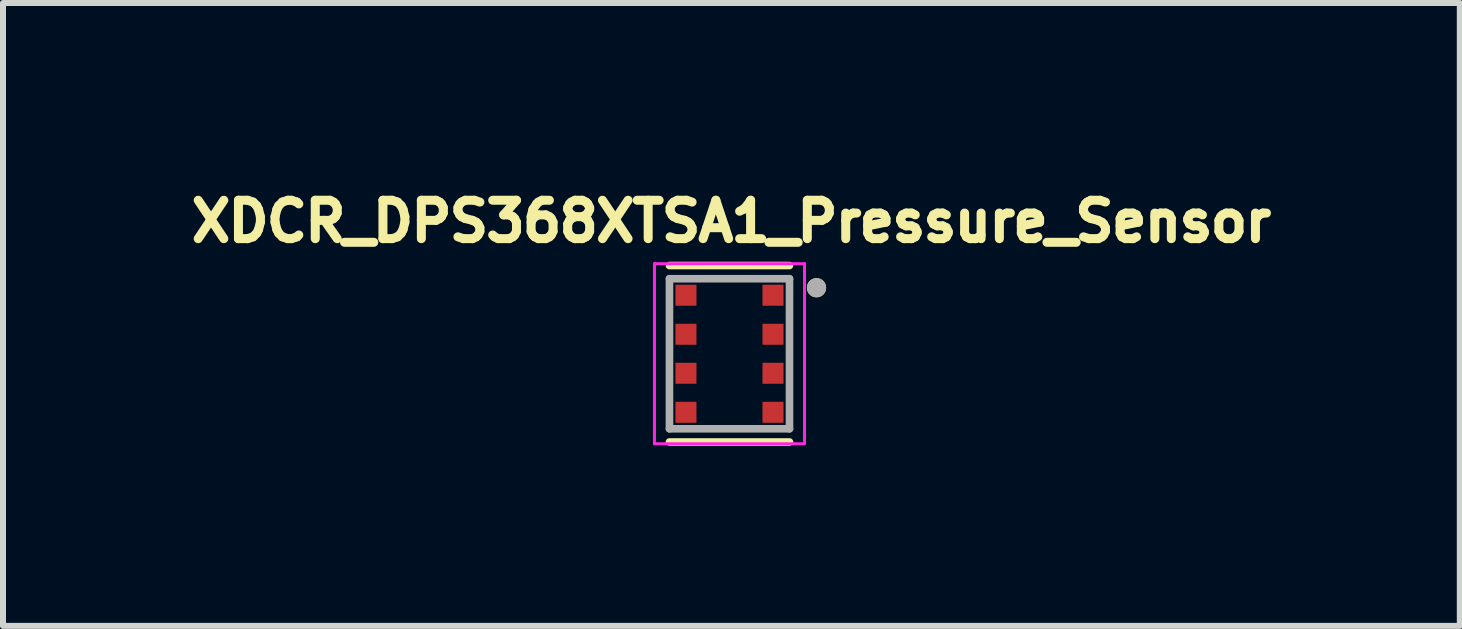
<source format=kicad_pcb>
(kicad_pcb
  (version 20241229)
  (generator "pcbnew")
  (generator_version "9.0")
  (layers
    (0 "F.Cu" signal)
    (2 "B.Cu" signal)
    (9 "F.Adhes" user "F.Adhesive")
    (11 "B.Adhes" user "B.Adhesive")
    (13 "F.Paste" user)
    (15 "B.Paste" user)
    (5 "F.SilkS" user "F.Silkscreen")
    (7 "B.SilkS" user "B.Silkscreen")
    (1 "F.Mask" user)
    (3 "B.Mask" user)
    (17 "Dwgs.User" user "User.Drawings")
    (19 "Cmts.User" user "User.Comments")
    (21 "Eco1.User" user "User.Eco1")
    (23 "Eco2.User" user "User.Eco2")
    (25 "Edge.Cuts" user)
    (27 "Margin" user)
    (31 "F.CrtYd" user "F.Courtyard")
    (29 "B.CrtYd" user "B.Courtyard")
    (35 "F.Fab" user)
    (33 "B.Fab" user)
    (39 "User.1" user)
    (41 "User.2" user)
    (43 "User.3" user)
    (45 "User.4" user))
  (footprint "XDCR_DPS368XTSA1_Pressure_Sensor"
    (layer "F.Cu")
    (at 9.104 2.844)
    (property "Reference" "XDCR_DPS368XTSA1_Pressure_Sensor" (at 0.032 -2.206 0) (layer "F.SilkS") (effects (font (size 0.64 0.64) (thickness 0.15))))
    (attr smd)
    (fp_line (start -1 -1.47) (end 1 -1.47) (stroke (width 0.127) (type solid)) (layer "F.SilkS"))
    (fp_line (start -1 1.47) (end 1 1.47) (stroke (width 0.127) (type solid)) (layer "F.SilkS"))
    (fp_circle (center 1.45 -1.1) (end 1.53 -1.1) (stroke (width 0.16) (type solid)) (fill no) (layer "F.SilkS"))
    (fp_circle (center -0.725 -0.975) (end -0.637 -0.975) (stroke (width 0.175) (type solid)) (fill no) (layer "F.Paste"))
    (fp_circle (center -0.725 -0.325) (end -0.637 -0.325) (stroke (width 0.175) (type solid)) (fill no) (layer "F.Paste"))
    (fp_circle (center -0.725 0.325) (end -0.637 0.325) (stroke (width 0.175) (type solid)) (fill no) (layer "F.Paste"))
    (fp_circle (center -0.725 0.975) (end -0.637 0.975) (stroke (width 0.175) (type solid)) (fill no) (layer "F.Paste"))
    (fp_circle (center 0.725 -0.975) (end 0.812 -0.975) (stroke (width 0.175) (type solid)) (fill no) (layer "F.Paste"))
    (fp_circle (center 0.725 -0.325) (end 0.812 -0.325) (stroke (width 0.175) (type solid)) (fill no) (layer "F.Paste"))
    (fp_circle (center 0.725 0.325) (end 0.812 0.325) (stroke (width 0.175) (type solid)) (fill no) (layer "F.Paste"))
    (fp_circle (center 0.725 0.975) (end 0.812 0.975) (stroke (width 0.175) (type solid)) (fill no) (layer "F.Paste"))
    (fp_line (start -1.25 -1.5) (end 1.25 -1.5) (stroke (width 0.05) (type solid)) (layer "F.CrtYd"))
    (fp_line (start -1.25 1.5) (end -1.25 -1.5) (stroke (width 0.05) (type solid)) (layer "F.CrtYd"))
    (fp_line (start 1.25 -1.5) (end 1.25 1.5) (stroke (width 0.05) (type solid)) (layer "F.CrtYd"))
    (fp_line (start 1.25 1.5) (end -1.25 1.5) (stroke (width 0.05) (type solid)) (layer "F.CrtYd"))
    (fp_line (start -1 -1.25) (end 1 -1.25) (stroke (width 0.127) (type solid)) (layer "F.Fab"))
    (fp_line (start -1 1.25) (end -1 -1.25) (stroke (width 0.127) (type solid)) (layer "F.Fab"))
    (fp_line (start 1 -1.25) (end 1 1.25) (stroke (width 0.127) (type solid)) (layer "F.Fab"))
    (fp_line (start 1 1.25) (end -1 1.25) (stroke (width 0.127) (type solid)) (layer "F.Fab"))
    (fp_circle (center 1.45 -1.1) (end 1.53 -1.1) (stroke (width 0.16) (type solid)) (fill no) (layer "F.Fab"))
    (pad "1" smd rect (at 0.725 -0.975) (size 0.35 0.35) (layers "F.Cu" "F.Mask"))
    (pad "2" smd rect (at 0.725 -0.325) (size 0.35 0.35) (layers "F.Cu" "F.Mask"))
    (pad "3" smd rect (at 0.725 0.325) (size 0.35 0.35) (layers "F.Cu" "F.Mask"))
    (pad "4" smd rect (at 0.725 0.975) (size 0.35 0.35) (layers "F.Cu" "F.Mask"))
    (pad "5" smd rect (at -0.725 0.975) (size 0.35 0.35) (layers "F.Cu" "F.Mask"))
    (pad "6" smd rect (at -0.725 0.325) (size 0.35 0.35) (layers "F.Cu" "F.Mask"))
    (pad "7" smd rect (at -0.725 -0.325) (size 0.35 0.35) (layers "F.Cu" "F.Mask"))
    (pad "8" smd rect (at -0.725 -0.975) (size 0.35 0.35) (layers "F.Cu" "F.Mask")))
  (gr_rect
    (start -3 -3)
    (end 21.272 7.378)
    (stroke (width 0.1) (type default))
    (fill no)
    (layer "Edge.Cuts")))
</source>
